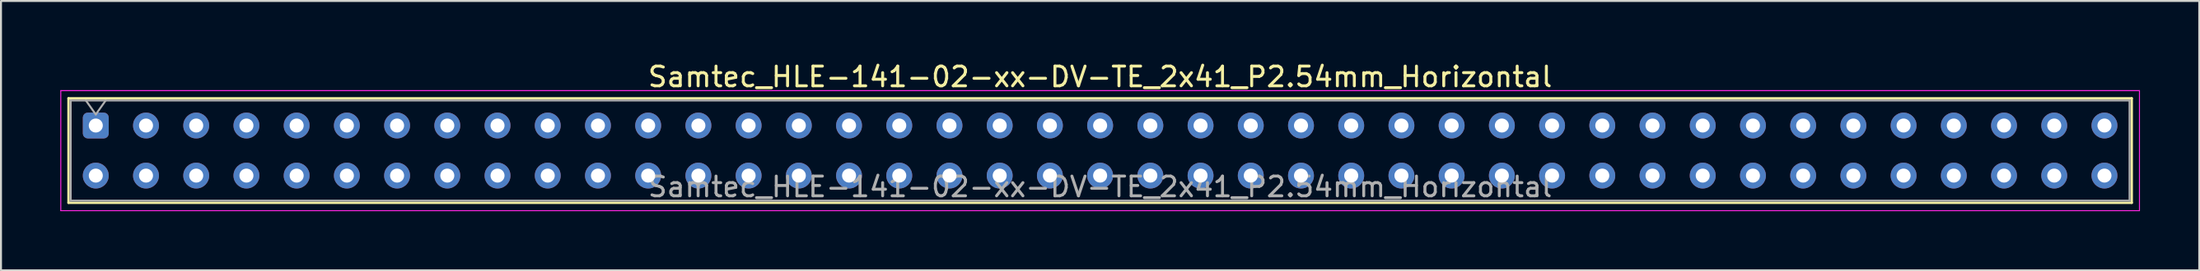
<source format=kicad_pcb>
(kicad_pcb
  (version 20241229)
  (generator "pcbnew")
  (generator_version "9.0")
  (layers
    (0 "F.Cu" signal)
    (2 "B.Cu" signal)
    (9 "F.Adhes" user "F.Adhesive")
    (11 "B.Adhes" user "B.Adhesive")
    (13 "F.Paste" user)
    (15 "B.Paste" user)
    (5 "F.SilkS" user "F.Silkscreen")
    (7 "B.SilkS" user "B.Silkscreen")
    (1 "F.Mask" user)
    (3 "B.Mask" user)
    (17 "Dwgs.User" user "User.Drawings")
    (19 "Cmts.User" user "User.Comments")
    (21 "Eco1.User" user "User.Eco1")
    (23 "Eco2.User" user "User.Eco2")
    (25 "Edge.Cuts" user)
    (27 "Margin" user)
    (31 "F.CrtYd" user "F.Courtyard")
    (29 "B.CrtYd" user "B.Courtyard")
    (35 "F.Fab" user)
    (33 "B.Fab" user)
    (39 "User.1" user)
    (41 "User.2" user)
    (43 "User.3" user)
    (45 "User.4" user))
  (footprint "Samtec_HLE-141-02-xx-DV-TE_2x41_P2.54mm_Horizontal"
    (layer "F.Cu")
    (at 1.795 3.318)
    (property "Reference" "Samtec_HLE-141-02-xx-DV-TE_2x41_P2.54mm_Horizontal" (at 50.8 -2.47 0) (layer "F.SilkS") (effects (font (size 1 1) (thickness 0.15))))
    (attr through_hole)
    (fp_line (start -1.38 -1.38) (end 102.98 -1.38) (stroke (width 0.12) (type solid)) (layer "F.SilkS"))
    (fp_line (start -1.38 3.92) (end -1.38 -1.38) (stroke (width 0.12) (type solid)) (layer "F.SilkS"))
    (fp_line (start 102.98 -1.38) (end 102.98 3.92) (stroke (width 0.12) (type solid)) (layer "F.SilkS"))
    (fp_line (start 102.98 3.92) (end -1.38 3.92) (stroke (width 0.12) (type solid)) (layer "F.SilkS"))
    (fp_line (start -1.77 -1.77) (end 103.37 -1.77) (stroke (width 0.05) (type solid)) (layer "F.CrtYd"))
    (fp_line (start -1.77 4.32) (end -1.77 -1.77) (stroke (width 0.05) (type solid)) (layer "F.CrtYd"))
    (fp_line (start 103.37 -1.77) (end 103.37 4.32) (stroke (width 0.05) (type solid)) (layer "F.CrtYd"))
    (fp_line (start 103.37 4.32) (end -1.77 4.32) (stroke (width 0.05) (type solid)) (layer "F.CrtYd"))
    (fp_line (start -1.27 -1.27) (end 102.87 -1.27) (stroke (width 0.1) (type solid)) (layer "F.Fab"))
    (fp_line (start -1.27 3.81) (end -1.27 -1.27) (stroke (width 0.1) (type solid)) (layer "F.Fab"))
    (fp_line (start -0.5 -1.27) (end 0 -0.563) (stroke (width 0.1) (type solid)) (layer "F.Fab"))
    (fp_line (start 0 -0.563) (end 0.5 -1.27) (stroke (width 0.1) (type solid)) (layer "F.Fab"))
    (fp_line (start 102.87 -1.27) (end 102.87 3.81) (stroke (width 0.1) (type solid)) (layer "F.Fab"))
    (fp_line (start 102.87 3.81) (end -1.27 3.81) (stroke (width 0.1) (type solid)) (layer "F.Fab"))
    (fp_text user "${REFERENCE}" (at 50.8 3.11 0) (layer "F.Fab") (effects (font (size 1 1) (thickness 0.15))))
    (pad "1" thru_hole roundrect (at 0 0) (size 1.31 1.31) (drill 0.71) (layers "*.Cu" "*.Mask") (roundrect_rratio 0.191))
    (pad "2" thru_hole circle (at 0 2.54) (size 1.31 1.31) (drill 0.71) (layers "*.Cu" "*.Mask"))
    (pad "3" thru_hole circle (at 2.54 0) (size 1.31 1.31) (drill 0.71) (layers "*.Cu" "*.Mask"))
    (pad "4" thru_hole circle (at 2.54 2.54) (size 1.31 1.31) (drill 0.71) (layers "*.Cu" "*.Mask"))
    (pad "5" thru_hole circle (at 5.08 0) (size 1.31 1.31) (drill 0.71) (layers "*.Cu" "*.Mask"))
    (pad "6" thru_hole circle (at 5.08 2.54) (size 1.31 1.31) (drill 0.71) (layers "*.Cu" "*.Mask"))
    (pad "7" thru_hole circle (at 7.62 0) (size 1.31 1.31) (drill 0.71) (layers "*.Cu" "*.Mask"))
    (pad "8" thru_hole circle (at 7.62 2.54) (size 1.31 1.31) (drill 0.71) (layers "*.Cu" "*.Mask"))
    (pad "9" thru_hole circle (at 10.16 0) (size 1.31 1.31) (drill 0.71) (layers "*.Cu" "*.Mask"))
    (pad "10" thru_hole circle (at 10.16 2.54) (size 1.31 1.31) (drill 0.71) (layers "*.Cu" "*.Mask"))
    (pad "11" thru_hole circle (at 12.7 0) (size 1.31 1.31) (drill 0.71) (layers "*.Cu" "*.Mask"))
    (pad "12" thru_hole circle (at 12.7 2.54) (size 1.31 1.31) (drill 0.71) (layers "*.Cu" "*.Mask"))
    (pad "13" thru_hole circle (at 15.24 0) (size 1.31 1.31) (drill 0.71) (layers "*.Cu" "*.Mask"))
    (pad "14" thru_hole circle (at 15.24 2.54) (size 1.31 1.31) (drill 0.71) (layers "*.Cu" "*.Mask"))
    (pad "15" thru_hole circle (at 17.78 0) (size 1.31 1.31) (drill 0.71) (layers "*.Cu" "*.Mask"))
    (pad "16" thru_hole circle (at 17.78 2.54) (size 1.31 1.31) (drill 0.71) (layers "*.Cu" "*.Mask"))
    (pad "17" thru_hole circle (at 20.32 0) (size 1.31 1.31) (drill 0.71) (layers "*.Cu" "*.Mask"))
    (pad "18" thru_hole circle (at 20.32 2.54) (size 1.31 1.31) (drill 0.71) (layers "*.Cu" "*.Mask"))
    (pad "19" thru_hole circle (at 22.86 0) (size 1.31 1.31) (drill 0.71) (layers "*.Cu" "*.Mask"))
    (pad "20" thru_hole circle (at 22.86 2.54) (size 1.31 1.31) (drill 0.71) (layers "*.Cu" "*.Mask"))
    (pad "21" thru_hole circle (at 25.4 0) (size 1.31 1.31) (drill 0.71) (layers "*.Cu" "*.Mask"))
    (pad "22" thru_hole circle (at 25.4 2.54) (size 1.31 1.31) (drill 0.71) (layers "*.Cu" "*.Mask"))
    (pad "23" thru_hole circle (at 27.94 0) (size 1.31 1.31) (drill 0.71) (layers "*.Cu" "*.Mask"))
    (pad "24" thru_hole circle (at 27.94 2.54) (size 1.31 1.31) (drill 0.71) (layers "*.Cu" "*.Mask"))
    (pad "25" thru_hole circle (at 30.48 0) (size 1.31 1.31) (drill 0.71) (layers "*.Cu" "*.Mask"))
    (pad "26" thru_hole circle (at 30.48 2.54) (size 1.31 1.31) (drill 0.71) (layers "*.Cu" "*.Mask"))
    (pad "27" thru_hole circle (at 33.02 0) (size 1.31 1.31) (drill 0.71) (layers "*.Cu" "*.Mask"))
    (pad "28" thru_hole circle (at 33.02 2.54) (size 1.31 1.31) (drill 0.71) (layers "*.Cu" "*.Mask"))
    (pad "29" thru_hole circle (at 35.56 0) (size 1.31 1.31) (drill 0.71) (layers "*.Cu" "*.Mask"))
    (pad "30" thru_hole circle (at 35.56 2.54) (size 1.31 1.31) (drill 0.71) (layers "*.Cu" "*.Mask"))
    (pad "31" thru_hole circle (at 38.1 0) (size 1.31 1.31) (drill 0.71) (layers "*.Cu" "*.Mask"))
    (pad "32" thru_hole circle (at 38.1 2.54) (size 1.31 1.31) (drill 0.71) (layers "*.Cu" "*.Mask"))
    (pad "33" thru_hole circle (at 40.64 0) (size 1.31 1.31) (drill 0.71) (layers "*.Cu" "*.Mask"))
    (pad "34" thru_hole circle (at 40.64 2.54) (size 1.31 1.31) (drill 0.71) (layers "*.Cu" "*.Mask"))
    (pad "35" thru_hole circle (at 43.18 0) (size 1.31 1.31) (drill 0.71) (layers "*.Cu" "*.Mask"))
    (pad "36" thru_hole circle (at 43.18 2.54) (size 1.31 1.31) (drill 0.71) (layers "*.Cu" "*.Mask"))
    (pad "37" thru_hole circle (at 45.72 0) (size 1.31 1.31) (drill 0.71) (layers "*.Cu" "*.Mask"))
    (pad "38" thru_hole circle (at 45.72 2.54) (size 1.31 1.31) (drill 0.71) (layers "*.Cu" "*.Mask"))
    (pad "39" thru_hole circle (at 48.26 0) (size 1.31 1.31) (drill 0.71) (layers "*.Cu" "*.Mask"))
    (pad "40" thru_hole circle (at 48.26 2.54) (size 1.31 1.31) (drill 0.71) (layers "*.Cu" "*.Mask"))
    (pad "41" thru_hole circle (at 50.8 0) (size 1.31 1.31) (drill 0.71) (layers "*.Cu" "*.Mask"))
    (pad "42" thru_hole circle (at 50.8 2.54) (size 1.31 1.31) (drill 0.71) (layers "*.Cu" "*.Mask"))
    (pad "43" thru_hole circle (at 53.34 0) (size 1.31 1.31) (drill 0.71) (layers "*.Cu" "*.Mask"))
    (pad "44" thru_hole circle (at 53.34 2.54) (size 1.31 1.31) (drill 0.71) (layers "*.Cu" "*.Mask"))
    (pad "45" thru_hole circle (at 55.88 0) (size 1.31 1.31) (drill 0.71) (layers "*.Cu" "*.Mask"))
    (pad "46" thru_hole circle (at 55.88 2.54) (size 1.31 1.31) (drill 0.71) (layers "*.Cu" "*.Mask"))
    (pad "47" thru_hole circle (at 58.42 0) (size 1.31 1.31) (drill 0.71) (layers "*.Cu" "*.Mask"))
    (pad "48" thru_hole circle (at 58.42 2.54) (size 1.31 1.31) (drill 0.71) (layers "*.Cu" "*.Mask"))
    (pad "49" thru_hole circle (at 60.96 0) (size 1.31 1.31) (drill 0.71) (layers "*.Cu" "*.Mask"))
    (pad "50" thru_hole circle (at 60.96 2.54) (size 1.31 1.31) (drill 0.71) (layers "*.Cu" "*.Mask"))
    (pad "51" thru_hole circle (at 63.5 0) (size 1.31 1.31) (drill 0.71) (layers "*.Cu" "*.Mask"))
    (pad "52" thru_hole circle (at 63.5 2.54) (size 1.31 1.31) (drill 0.71) (layers "*.Cu" "*.Mask"))
    (pad "53" thru_hole circle (at 66.04 0) (size 1.31 1.31) (drill 0.71) (layers "*.Cu" "*.Mask"))
    (pad "54" thru_hole circle (at 66.04 2.54) (size 1.31 1.31) (drill 0.71) (layers "*.Cu" "*.Mask"))
    (pad "55" thru_hole circle (at 68.58 0) (size 1.31 1.31) (drill 0.71) (layers "*.Cu" "*.Mask"))
    (pad "56" thru_hole circle (at 68.58 2.54) (size 1.31 1.31) (drill 0.71) (layers "*.Cu" "*.Mask"))
    (pad "57" thru_hole circle (at 71.12 0) (size 1.31 1.31) (drill 0.71) (layers "*.Cu" "*.Mask"))
    (pad "58" thru_hole circle (at 71.12 2.54) (size 1.31 1.31) (drill 0.71) (layers "*.Cu" "*.Mask"))
    (pad "59" thru_hole circle (at 73.66 0) (size 1.31 1.31) (drill 0.71) (layers "*.Cu" "*.Mask"))
    (pad "60" thru_hole circle (at 73.66 2.54) (size 1.31 1.31) (drill 0.71) (layers "*.Cu" "*.Mask"))
    (pad "61" thru_hole circle (at 76.2 0) (size 1.31 1.31) (drill 0.71) (layers "*.Cu" "*.Mask"))
    (pad "62" thru_hole circle (at 76.2 2.54) (size 1.31 1.31) (drill 0.71) (layers "*.Cu" "*.Mask"))
    (pad "63" thru_hole circle (at 78.74 0) (size 1.31 1.31) (drill 0.71) (layers "*.Cu" "*.Mask"))
    (pad "64" thru_hole circle (at 78.74 2.54) (size 1.31 1.31) (drill 0.71) (layers "*.Cu" "*.Mask"))
    (pad "65" thru_hole circle (at 81.28 0) (size 1.31 1.31) (drill 0.71) (layers "*.Cu" "*.Mask"))
    (pad "66" thru_hole circle (at 81.28 2.54) (size 1.31 1.31) (drill 0.71) (layers "*.Cu" "*.Mask"))
    (pad "67" thru_hole circle (at 83.82 0) (size 1.31 1.31) (drill 0.71) (layers "*.Cu" "*.Mask"))
    (pad "68" thru_hole circle (at 83.82 2.54) (size 1.31 1.31) (drill 0.71) (layers "*.Cu" "*.Mask"))
    (pad "69" thru_hole circle (at 86.36 0) (size 1.31 1.31) (drill 0.71) (layers "*.Cu" "*.Mask"))
    (pad "70" thru_hole circle (at 86.36 2.54) (size 1.31 1.31) (drill 0.71) (layers "*.Cu" "*.Mask"))
    (pad "71" thru_hole circle (at 88.9 0) (size 1.31 1.31) (drill 0.71) (layers "*.Cu" "*.Mask"))
    (pad "72" thru_hole circle (at 88.9 2.54) (size 1.31 1.31) (drill 0.71) (layers "*.Cu" "*.Mask"))
    (pad "73" thru_hole circle (at 91.44 0) (size 1.31 1.31) (drill 0.71) (layers "*.Cu" "*.Mask"))
    (pad "74" thru_hole circle (at 91.44 2.54) (size 1.31 1.31) (drill 0.71) (layers "*.Cu" "*.Mask"))
    (pad "75" thru_hole circle (at 93.98 0) (size 1.31 1.31) (drill 0.71) (layers "*.Cu" "*.Mask"))
    (pad "76" thru_hole circle (at 93.98 2.54) (size 1.31 1.31) (drill 0.71) (layers "*.Cu" "*.Mask"))
    (pad "77" thru_hole circle (at 96.52 0) (size 1.31 1.31) (drill 0.71) (layers "*.Cu" "*.Mask"))
    (pad "78" thru_hole circle (at 96.52 2.54) (size 1.31 1.31) (drill 0.71) (layers "*.Cu" "*.Mask"))
    (pad "79" thru_hole circle (at 99.06 0) (size 1.31 1.31) (drill 0.71) (layers "*.Cu" "*.Mask"))
    (pad "80" thru_hole circle (at 99.06 2.54) (size 1.31 1.31) (drill 0.71) (layers "*.Cu" "*.Mask"))
    (pad "81" thru_hole circle (at 101.6 0) (size 1.31 1.31) (drill 0.71) (layers "*.Cu" "*.Mask"))
    (pad "82" thru_hole circle (at 101.6 2.54) (size 1.31 1.31) (drill 0.71) (layers "*.Cu" "*.Mask")))
  (gr_rect
    (start -3 -3)
    (end 108.19 10.663)
    (stroke (width 0.1) (type default))
    (fill no)
    (layer "Edge.Cuts")))
</source>
